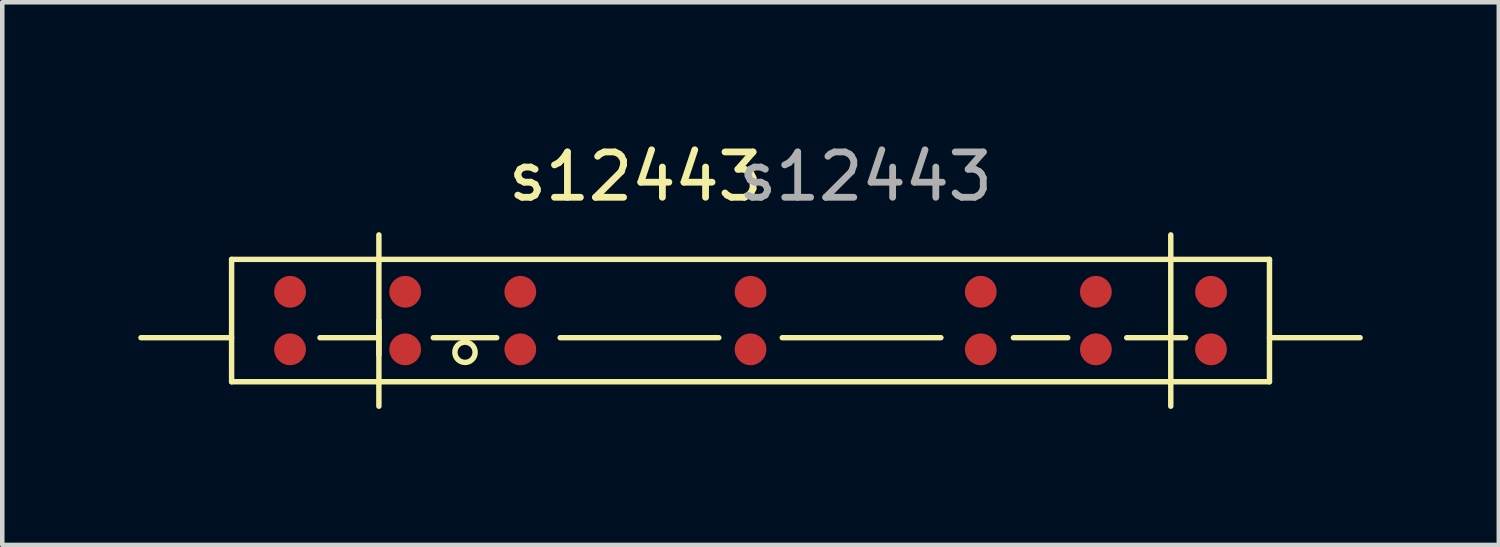
<source format=kicad_pcb>
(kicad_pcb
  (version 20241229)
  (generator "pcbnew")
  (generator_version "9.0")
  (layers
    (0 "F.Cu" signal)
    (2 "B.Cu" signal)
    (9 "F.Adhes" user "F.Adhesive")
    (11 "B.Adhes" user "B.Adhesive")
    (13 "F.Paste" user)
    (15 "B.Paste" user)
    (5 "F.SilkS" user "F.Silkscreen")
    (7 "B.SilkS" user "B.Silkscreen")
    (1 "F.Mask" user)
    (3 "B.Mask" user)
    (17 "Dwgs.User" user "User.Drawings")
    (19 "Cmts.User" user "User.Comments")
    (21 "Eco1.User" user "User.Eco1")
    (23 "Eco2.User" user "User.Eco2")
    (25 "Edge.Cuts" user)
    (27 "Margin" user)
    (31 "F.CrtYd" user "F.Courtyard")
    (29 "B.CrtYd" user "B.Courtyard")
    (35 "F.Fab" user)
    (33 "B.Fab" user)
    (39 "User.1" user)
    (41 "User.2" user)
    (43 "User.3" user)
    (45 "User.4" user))
  (footprint "s12443"
    (layer "F.Cu")
    (at 13.51 4.023)
    (property "Reference" "s12443" (at -2.54 -3.175 0) (unlocked yes) (layer "F.SilkS") (effects (font (size 1 1) (thickness 0.15))))
    (attr smd)
    (fp_line (start -13.45 0.378) (end -11.45 0.378) (stroke (width 0.12) (type solid)) (layer "F.SilkS"))
    (fp_line (start -8.2 -1.89) (end -8.2 1.89) (stroke (width 0.12) (type solid)) (layer "F.SilkS"))
    (fp_line (start -8.2 0) (end -8.2 0.756) (stroke (width 0.12) (type solid)) (layer "F.SilkS"))
    (fp_line (start -8.2 0.378) (end -9.5 0.378) (stroke (width 0.12) (type solid)) (layer "F.SilkS"))
    (fp_line (start -7 0.378) (end -5.6 0.378) (stroke (width 0.12) (type solid)) (layer "F.SilkS"))
    (fp_line (start -4.2 0.378) (end -0.7 0.378) (stroke (width 0.12) (type solid)) (layer "F.SilkS"))
    (fp_line (start 0.7 0.378) (end 4.2 0.378) (stroke (width 0.12) (type solid)) (layer "F.SilkS"))
    (fp_line (start 5.8 0.378) (end 7 0.378) (stroke (width 0.12) (type solid)) (layer "F.SilkS"))
    (fp_line (start 8.3 0.378) (end 9.6 0.378) (stroke (width 0.12) (type solid)) (layer "F.SilkS"))
    (fp_line (start 9.272 -1.89) (end 9.272 1.89) (stroke (width 0.12) (type solid)) (layer "F.SilkS"))
    (fp_line (start 11.45 0.378) (end 13.45 0.378) (stroke (width 0.12) (type solid)) (layer "F.SilkS"))
    (fp_rect (start -11.45 -1.35) (end -11.45 1.35) (stroke (width 0.12) (type solid)) (fill no) (layer "F.SilkS"))
    (fp_rect (start -11.45 1.35) (end 11.45 1.35) (stroke (width 0.12) (type solid)) (fill no) (layer "F.SilkS"))
    (fp_rect (start 11.45 -1.35) (end -11.45 -1.35) (stroke (width 0.12) (type solid)) (fill no) (layer "F.SilkS"))
    (fp_rect (start 11.45 1.35) (end 11.45 -1.35) (stroke (width 0.12) (type solid)) (fill no) (layer "F.SilkS"))
    (fp_circle (center -6.3 0.7) (end -6.2 0.9) (stroke (width 0.12) (type solid)) (fill no) (layer "F.SilkS"))
    (fp_text user "${REFERENCE}" (at 2.54 -3.175 0) (unlocked yes) (layer "F.Fab") (effects (font (size 1 1) (thickness 0.15))))
    (pad "1" smd circle (at -10.16 0.635) (size 0.7 0.7) (property pad_prop_bga) (layers "F.Cu" "F.Mask" "F.Paste"))
    (pad "2" smd circle (at -7.62 0.635) (size 0.7 0.7) (property pad_prop_bga) (layers "F.Cu" "F.Mask" "F.Paste"))
    (pad "3" smd circle (at -5.08 0.635) (size 0.7 0.7) (property pad_prop_bga) (layers "F.Cu" "F.Mask" "F.Paste"))
    (pad "4" smd circle (at 0 0.635) (size 0.7 0.7) (property pad_prop_bga) (layers "F.Cu" "F.Mask" "F.Paste"))
    (pad "5" smd circle (at 5.08 0.635) (size 0.7 0.7) (property pad_prop_bga) (layers "F.Cu" "F.Mask" "F.Paste"))
    (pad "6" smd circle (at 7.62 0.635) (size 0.7 0.7) (property pad_prop_bga) (layers "F.Cu" "F.Mask" "F.Paste"))
    (pad "7" smd circle (at 10.16 0.635) (size 0.7 0.7) (property pad_prop_bga) (layers "F.Cu" "F.Mask" "F.Paste"))
    (pad "8" smd circle (at 10.16 -0.635) (size 0.7 0.7) (property pad_prop_bga) (layers "F.Cu" "F.Mask" "F.Paste"))
    (pad "9" smd circle (at 7.62 -0.635) (size 0.7 0.7) (property pad_prop_bga) (layers "F.Cu" "F.Mask" "F.Paste"))
    (pad "10" smd circle (at 5.08 -0.635) (size 0.7 0.7) (property pad_prop_bga) (layers "F.Cu" "F.Mask" "F.Paste"))
    (pad "11" smd circle (at 0 -0.635) (size 0.7 0.7) (property pad_prop_bga) (layers "F.Cu" "F.Mask" "F.Paste"))
    (pad "12" smd circle (at -5.08 -0.635) (size 0.7 0.7) (property pad_prop_bga) (layers "F.Cu" "F.Mask" "F.Paste"))
    (pad "13" smd circle (at -7.62 -0.635) (size 0.7 0.7) (property pad_prop_bga) (layers "F.Cu" "F.Mask" "F.Paste"))
    (pad "14" smd circle (at -10.16 -0.635) (size 0.7 0.7) (property pad_prop_bga) (layers "F.Cu" "F.Mask" "F.Paste")))
  (gr_rect
    (start -3 -3)
    (end 30.02 8.973)
    (stroke (width 0.1) (type default))
    (fill no)
    (layer "Edge.Cuts")))
</source>
